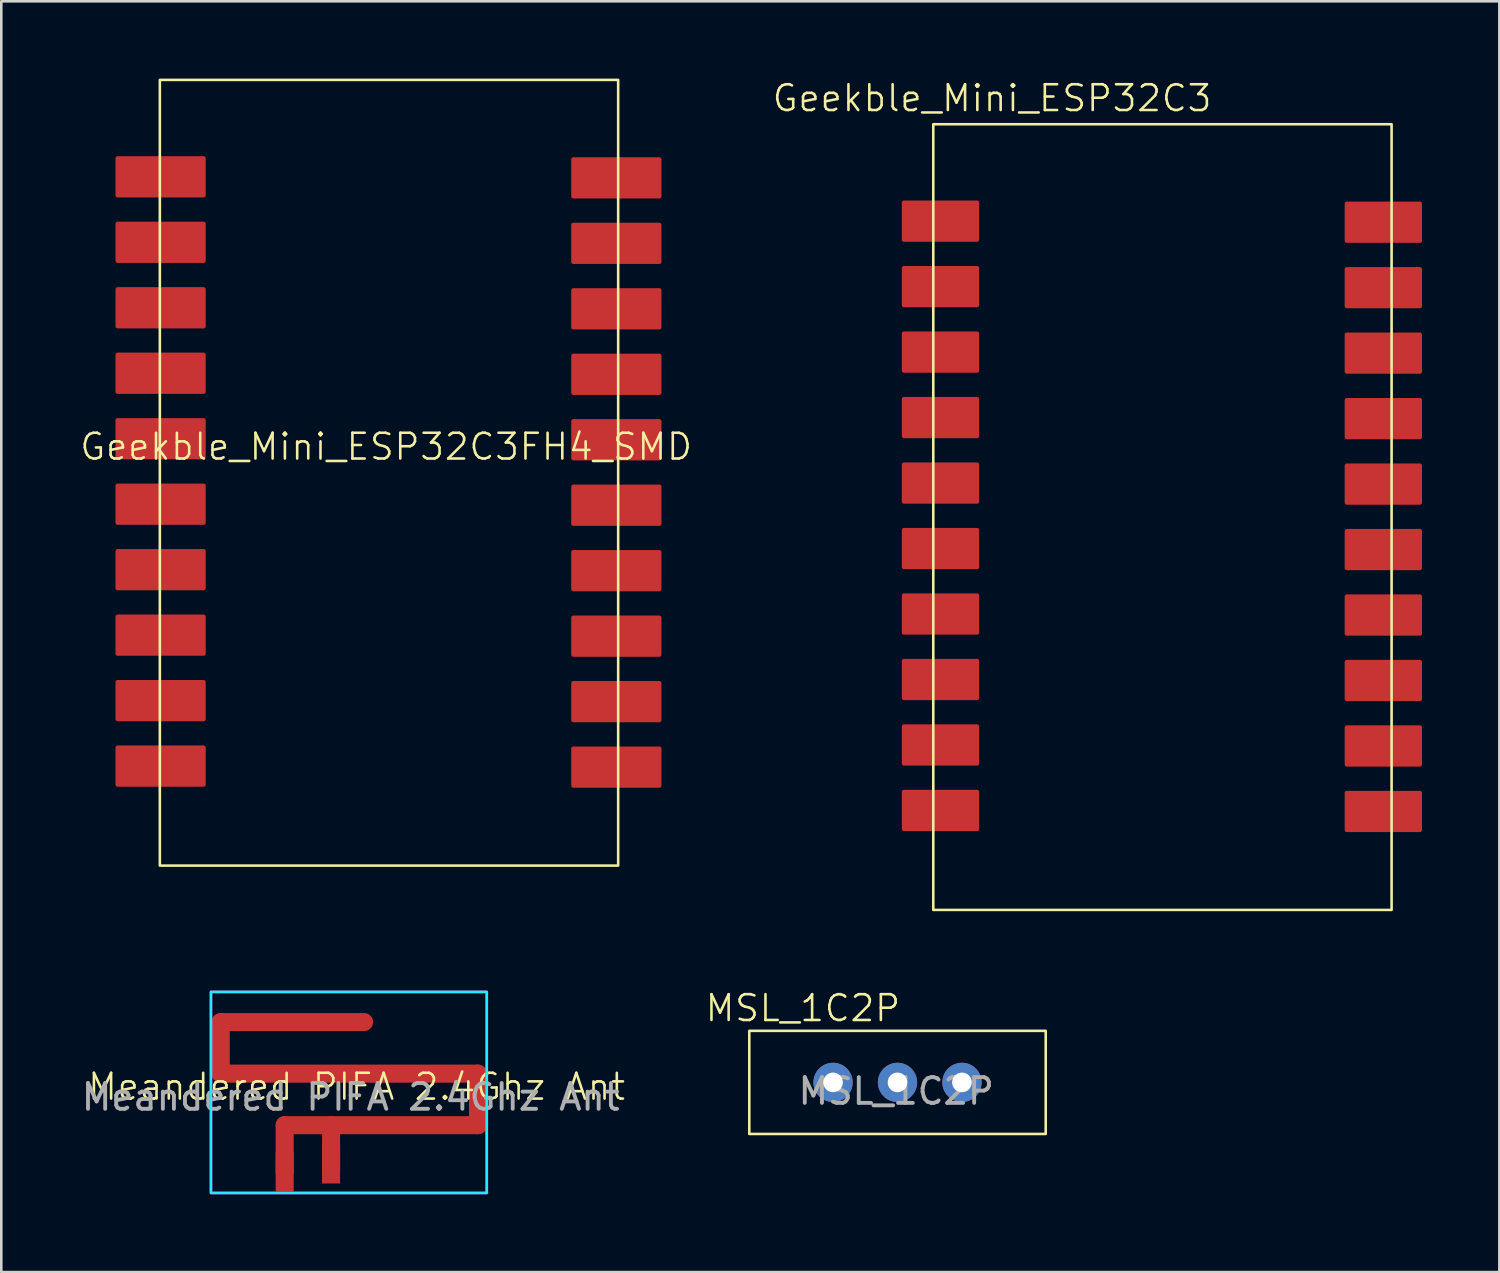
<source format=kicad_pcb>
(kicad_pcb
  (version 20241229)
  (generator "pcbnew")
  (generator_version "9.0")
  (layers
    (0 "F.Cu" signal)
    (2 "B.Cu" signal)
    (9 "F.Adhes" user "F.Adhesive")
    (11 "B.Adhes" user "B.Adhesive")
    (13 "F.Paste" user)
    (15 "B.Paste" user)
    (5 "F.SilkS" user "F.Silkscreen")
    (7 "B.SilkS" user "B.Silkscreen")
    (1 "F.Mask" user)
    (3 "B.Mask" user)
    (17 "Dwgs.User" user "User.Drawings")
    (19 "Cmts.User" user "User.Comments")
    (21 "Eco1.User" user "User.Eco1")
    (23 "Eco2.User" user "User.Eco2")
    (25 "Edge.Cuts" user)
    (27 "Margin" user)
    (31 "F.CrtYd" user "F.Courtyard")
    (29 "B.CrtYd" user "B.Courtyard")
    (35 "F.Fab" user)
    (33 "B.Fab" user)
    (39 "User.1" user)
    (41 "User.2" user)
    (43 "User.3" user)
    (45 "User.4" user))
  (footprint "Meandered PIFA 2.4Ghz Ant"
    (layer "F.Cu")
    (at 10.604 39.6)
    (property "Reference" "Meandered PIFA 2.4Ghz Ant" (at 0.18 -0.49 0) (unlocked yes) (layer "F.SilkS") (effects (font (size 1 1) (thickness 0.1))))
    (fp_line (start -5.09 -3) (end 0.47 -3) (stroke (width 0.7) (type default)) (layer "F.Cu"))
    (fp_line (start -5.09 -1) (end -5.09 -3) (stroke (width 0.7) (type default)) (layer "F.Cu"))
    (fp_line (start -5.09 -1) (end 4.88 -1) (stroke (width 0.7) (type default)) (layer "F.Cu"))
    (fp_line (start -2.61 1) (end 4.89 1) (stroke (width 0.7) (type default)) (layer "F.Cu"))
    (fp_line (start -2.61 2.81) (end -2.61 1) (stroke (width 0.7) (type default)) (layer "F.Cu"))
    (fp_line (start -0.81 2.81) (end -0.81 1) (stroke (width 0.7) (type default)) (layer "F.Cu"))
    (fp_line (start 4.89 1) (end 4.89 -1) (stroke (width 0.7) (type default)) (layer "F.Cu"))
    (fp_rect (start -5.47 -4.17) (end 5.23 3.63) (stroke (width 0.1) (type default)) (fill no) (layer "B.CrtYd"))
    (fp_rect (start -5.47 -4.17) (end 5.23 3.63) (stroke (width 0.1) (type default)) (fill no) (layer "F.CrtYd"))
    (fp_text user "${REFERENCE}" (at -0.05 -0.09 0) (unlocked yes) (layer "F.Fab") (effects (font (size 1 1) (thickness 0.15))))
    (pad "1" connect rect (at -2.61 2.81 180) (size 0.7 1.524) (layers "F.Cu" "F.Mask"))
    (pad "2" connect rect (at -0.81 2.5 180) (size 0.7 1.524) (layers "F.Cu" "F.Mask"))
    (zone (net_name "") (layers "F.Cu" "F.Mask" "B.Cu" "B.Mask") (hatch edge 0.5) (connect_pads) (min_thickness 0.25) (filled_areas_thickness no) (keepout (tracks allowed) (vias allowed) (pads allowed) (copperpour not_allowed) (footprints allowed)) (placement (enabled no)) (fill) (polygon (pts (xy 3.704 35.3) (xy 17.204 35.3) (xy 17.204 43.3) (xy 8.404 43.3) (xy 8.404 42.6) (xy 7.604 42.6) (xy 7.604 43.3) (xy 3.704 43.3)))))
  (footprint "Geekble_Mini_ESP32C3FH4_SMD"
    (layer "F.Cu")
    (at 11.931 14.28)
    (property "Reference" "Geekble_Mini_ESP32C3FH4_SMD" (at 0 0 0) (unlocked yes) (layer "F.SilkS") (effects (font (size 1 1) (thickness 0.1))))
    (attr smd)
    (fp_rect (start -8.78 -14.23) (end 9 16.25) (stroke (width 0.1) (type default)) (fill no) (layer "F.SilkS"))
    (pad "1" smd roundrect (at -8.75 -10.47) (size 3.5 1.6) (layers "F.Cu" "F.Mask" "F.Paste") (roundrect_rratio 0.05))
    (pad "2" smd roundrect (at -8.75 -7.93) (size 3.5 1.6) (layers "F.Cu" "F.Mask" "F.Paste") (roundrect_rratio 0.05))
    (pad "3" smd roundrect (at -8.75 -5.39) (size 3.5 1.6) (layers "F.Cu" "F.Mask" "F.Paste") (roundrect_rratio 0.05))
    (pad "4" smd roundrect (at -8.75 -2.85) (size 3.5 1.6) (layers "F.Cu" "F.Mask" "F.Paste") (roundrect_rratio 0.05))
    (pad "5" smd roundrect (at -8.75 -0.31) (size 3.5 1.6) (layers "F.Cu" "F.Mask" "F.Paste") (roundrect_rratio 0.05))
    (pad "6" smd roundrect (at -8.75 2.23) (size 3.5 1.6) (layers "F.Cu" "F.Mask" "F.Paste") (roundrect_rratio 0.05))
    (pad "7" smd roundrect (at -8.75 4.77) (size 3.5 1.6) (layers "F.Cu" "F.Mask" "F.Paste") (roundrect_rratio 0.05))
    (pad "8" smd roundrect (at -8.75 7.31) (size 3.5 1.6) (layers "F.Cu" "F.Mask" "F.Paste") (roundrect_rratio 0.05))
    (pad "9" smd roundrect (at -8.75 9.85) (size 3.5 1.6) (layers "F.Cu" "F.Mask" "F.Paste") (roundrect_rratio 0.05))
    (pad "10" smd roundrect (at -8.75 12.39) (size 3.5 1.6) (layers "F.Cu" "F.Mask" "F.Paste") (roundrect_rratio 0.05))
    (pad "11" smd roundrect (at 8.93 -10.43) (size 3.5 1.6) (layers "F.Cu" "F.Mask" "F.Paste") (roundrect_rratio 0.05))
    (pad "12" smd roundrect (at 8.93 -7.89) (size 3.5 1.6) (layers "F.Cu" "F.Mask" "F.Paste") (roundrect_rratio 0.05))
    (pad "13" smd roundrect (at 8.93 -5.35) (size 3.5 1.6) (layers "F.Cu" "F.Mask" "F.Paste") (roundrect_rratio 0.05))
    (pad "14" smd roundrect (at 8.93 -2.81) (size 3.5 1.6) (layers "F.Cu" "F.Mask" "F.Paste") (roundrect_rratio 0.05))
    (pad "15" smd roundrect (at 8.93 -0.27) (size 3.5 1.6) (layers "F.Cu" "F.Mask" "F.Paste") (roundrect_rratio 0.05))
    (pad "16" smd roundrect (at 8.93 2.27) (size 3.5 1.6) (layers "F.Cu" "F.Mask" "F.Paste") (roundrect_rratio 0.05))
    (pad "17" smd roundrect (at 8.93 4.81) (size 3.5 1.6) (layers "F.Cu" "F.Mask" "F.Paste") (roundrect_rratio 0.05))
    (pad "18" smd roundrect (at 8.93 7.35) (size 3.5 1.6) (layers "F.Cu" "F.Mask" "F.Paste") (roundrect_rratio 0.05))
    (pad "19" smd roundrect (at 8.93 9.89) (size 3.5 1.6) (layers "F.Cu" "F.Mask" "F.Paste") (roundrect_rratio 0.05))
    (pad "20" smd roundrect (at 8.93 12.43) (size 3.5 1.6) (layers "F.Cu" "F.Mask" "F.Paste") (roundrect_rratio 0.05)))
  (footprint "Geekble_Mini_ESP32C3"
    (layer "F.Cu")
    (at 41.936 16)
    (property "Reference" "Geekble_Mini_ESP32C3" (at -6.5 -15.24 0) (unlocked yes) (layer "F.SilkS") (effects (font (size 1 1) (thickness 0.1))))
    (attr smd)
    (fp_rect (start -8.78 -14.23) (end 9 16.25) (stroke (width 0.1) (type default)) (fill no) (layer "F.SilkS"))
    (pad "1" smd roundrect (at -8.5 12.39) (size 3 1.6) (layers "F.Cu" "F.Mask" "F.Paste") (roundrect_rratio 0.05))
    (pad "2" smd roundrect (at -8.5 9.85) (size 3 1.6) (layers "F.Cu" "F.Mask" "F.Paste") (roundrect_rratio 0.05))
    (pad "3" smd roundrect (at -8.5 7.31) (size 3 1.6) (layers "F.Cu" "F.Mask" "F.Paste") (roundrect_rratio 0.05))
    (pad "4" smd roundrect (at -8.5 4.77) (size 3 1.6) (layers "F.Cu" "F.Mask" "F.Paste") (roundrect_rratio 0.05))
    (pad "5" smd roundrect (at -8.5 2.23) (size 3 1.6) (layers "F.Cu" "F.Mask" "F.Paste") (roundrect_rratio 0.05))
    (pad "6" smd roundrect (at -8.5 -0.31) (size 3 1.6) (layers "F.Cu" "F.Mask" "F.Paste") (roundrect_rratio 0.05))
    (pad "7" smd roundrect (at -8.5 -2.85) (size 3 1.6) (layers "F.Cu" "F.Mask" "F.Paste") (roundrect_rratio 0.05))
    (pad "8" smd roundrect (at -8.5 -5.39) (size 3 1.6) (layers "F.Cu" "F.Mask" "F.Paste") (roundrect_rratio 0.05))
    (pad "9" smd roundrect (at -8.5 -7.93) (size 3 1.6) (layers "F.Cu" "F.Mask" "F.Paste") (roundrect_rratio 0.05))
    (pad "10" smd roundrect (at -8.5 -10.47) (size 3 1.6) (layers "F.Cu" "F.Mask" "F.Paste") (roundrect_rratio 0.05))
    (pad "11" smd roundrect (at 8.68 12.43) (size 3 1.6) (layers "F.Cu" "F.Mask" "F.Paste") (roundrect_rratio 0.05))
    (pad "12" smd roundrect (at 8.68 9.89) (size 3 1.6) (layers "F.Cu" "F.Mask" "F.Paste") (roundrect_rratio 0.05))
    (pad "13" smd roundrect (at 8.68 7.35) (size 3 1.6) (layers "F.Cu" "F.Mask" "F.Paste") (roundrect_rratio 0.05))
    (pad "14" smd roundrect (at 8.68 4.81) (size 3 1.6) (layers "F.Cu" "F.Mask" "F.Paste") (roundrect_rratio 0.05))
    (pad "15" smd roundrect (at 8.68 2.27) (size 3 1.6) (layers "F.Cu" "F.Mask" "F.Paste") (roundrect_rratio 0.05))
    (pad "16" smd roundrect (at 8.68 -0.27) (size 3 1.6) (layers "F.Cu" "F.Mask" "F.Paste") (roundrect_rratio 0.05))
    (pad "17" smd roundrect (at 8.68 -2.81) (size 3 1.6) (layers "F.Cu" "F.Mask" "F.Paste") (roundrect_rratio 0.05))
    (pad "18" smd roundrect (at 8.68 -5.35) (size 3 1.6) (layers "F.Cu" "F.Mask" "F.Paste") (roundrect_rratio 0.05))
    (pad "19" smd roundrect (at 8.68 -7.89) (size 3 1.6) (layers "F.Cu" "F.Mask" "F.Paste") (roundrect_rratio 0.05))
    (pad "20" smd roundrect (at 8.68 -10.43) (size 3 1.6) (layers "F.Cu" "F.Mask" "F.Paste") (roundrect_rratio 0.05)))
  (footprint "MSL_1C2P"
    (layer "F.Cu")
    (at 31.778 38.941)
    (property "Reference" "MSL_1C2P" (at -3.68 -2.88 0) (unlocked yes) (layer "F.SilkS") (effects (font (size 1 1) (thickness 0.1))))
    (attr through_hole)
    (fp_rect (start -5.76 -2) (end 5.74 2) (stroke (width 0.1) (type default)) (fill no) (layer "F.SilkS"))
    (fp_text user "${REFERENCE}" (at -0.06 0.34 0) (unlocked yes) (layer "F.Fab") (effects (font (size 1 1) (thickness 0.15))))
    (pad "1" thru_hole circle (at -2.51 0) (size 1.524 1.524) (drill 0.762) (layers "*.Cu" "*.Mask"))
    (pad "2" thru_hole circle (at -0.01 0) (size 1.524 1.524) (drill 0.762) (layers "*.Cu" "*.Mask"))
    (pad "3" thru_hole circle (at 2.49 0) (size 1.524 1.524) (drill 0.762) (layers "*.Cu" "*.Mask")))
  (gr_rect
    (start -3 -3)
    (end 55.116 46.3)
    (stroke (width 0.1) (type default))
    (fill no)
    (layer "Edge.Cuts")))
</source>
